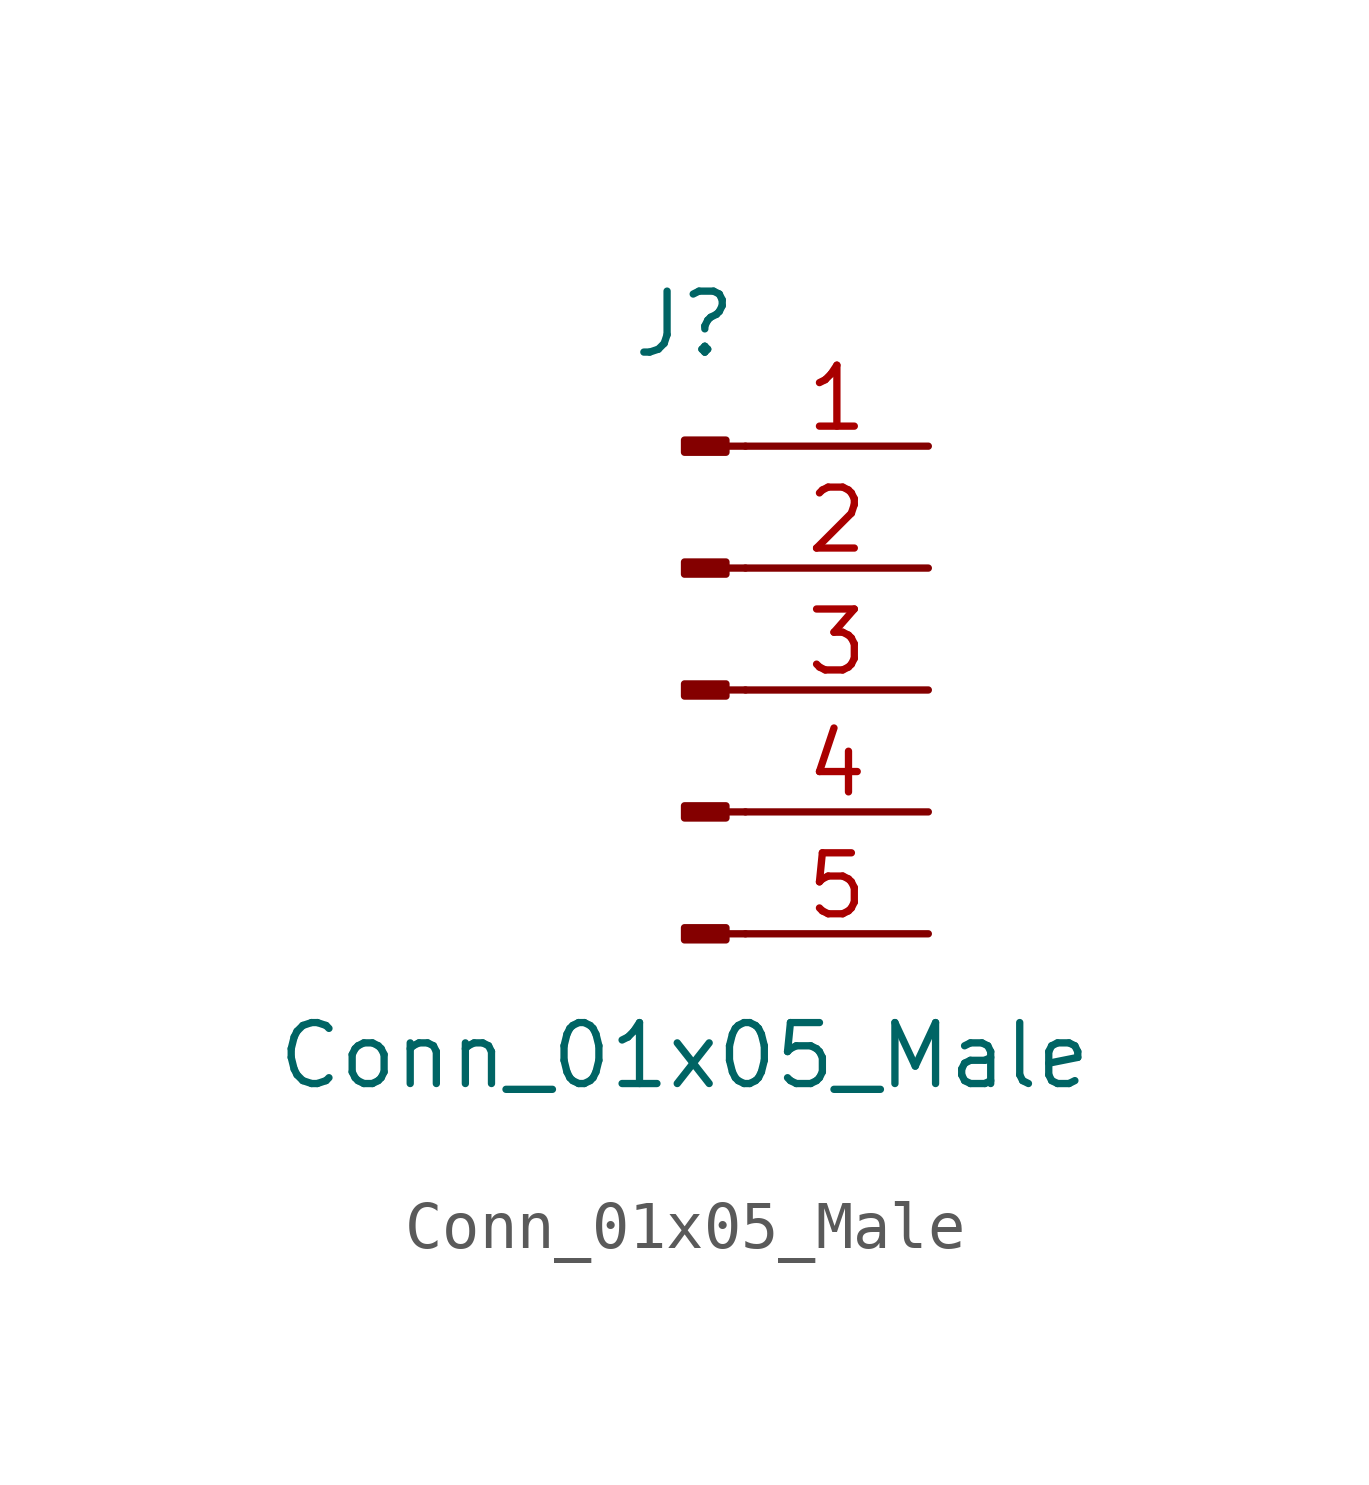
<source format=kicad_sym>
(kicad_symbol_lib
  (version 20210619)
  (generator kicad_symbol_editor)
  (symbol "my_Library:Conn_01x05_Male"
    (pin_names
      (offset 1.016) hide)
    (property "Reference" "J"
      (at 0 7.62 0)
      (effects (font (size 1.27 1.27))))
    (property "Value" "Conn_01x05_Male"
      (at 0 -7.62 0)
      (effects (font (size 1.27 1.27))))
    (symbol "Conn_01x05_Male_1_1"
      (rectangle (start 0.864 -4.953) (end 0 -5.207) (stroke (width 0.152)) (fill (type outline)))
      (rectangle (start 0.864 -2.413) (end 0 -2.667) (stroke (width 0.152)) (fill (type outline)))
      (rectangle (start 0.864 0.127) (end 0 -0.127) (stroke (width 0.152)) (fill (type outline)))
      (rectangle (start 0.864 2.667) (end 0 2.413) (stroke (width 0.152)) (fill (type outline)))
      (rectangle (start 0.864 5.207) (end 0 4.953) (stroke (width 0.152)) (fill (type outline)))
      (polyline (pts (xy 1.27 -5.08) (xy 0.864 -5.08)) (stroke (width 0.152)) (fill (type none)))
      (polyline (pts (xy 1.27 -2.54) (xy 0.864 -2.54)) (stroke (width 0.152)) (fill (type none)))
      (polyline (pts (xy 1.27 0) (xy 0.864 0)) (stroke (width 0.152)) (fill (type none)))
      (polyline (pts (xy 1.27 2.54) (xy 0.864 2.54)) (stroke (width 0.152)) (fill (type none)))
      (polyline (pts (xy 1.27 5.08) (xy 0.864 5.08)) (stroke (width 0.152)) (fill (type none)))
      (pin passive line (at 5.08 5.08 180) (length 3.81) (name "Pin_1" (effects (font (size 1.27 1.27)))) (number "1" (effects (font (size 1.27 1.27)))))
      (pin passive line (at 5.08 2.54 180) (length 3.81) (name "Pin_2" (effects (font (size 1.27 1.27)))) (number "2" (effects (font (size 1.27 1.27)))))
      (pin passive line (at 5.08 0 180) (length 3.81) (name "Pin_3" (effects (font (size 1.27 1.27)))) (number "3" (effects (font (size 1.27 1.27)))))
      (pin passive line (at 5.08 -2.54 180) (length 3.81) (name "Pin_4" (effects (font (size 1.27 1.27)))) (number "4" (effects (font (size 1.27 1.27)))))
      (pin passive line (at 5.08 -5.08 180) (length 3.81) (name "Pin_5" (effects (font (size 1.27 1.27)))) (number "5" (effects (font (size 1.27 1.27))))))))
</source>
